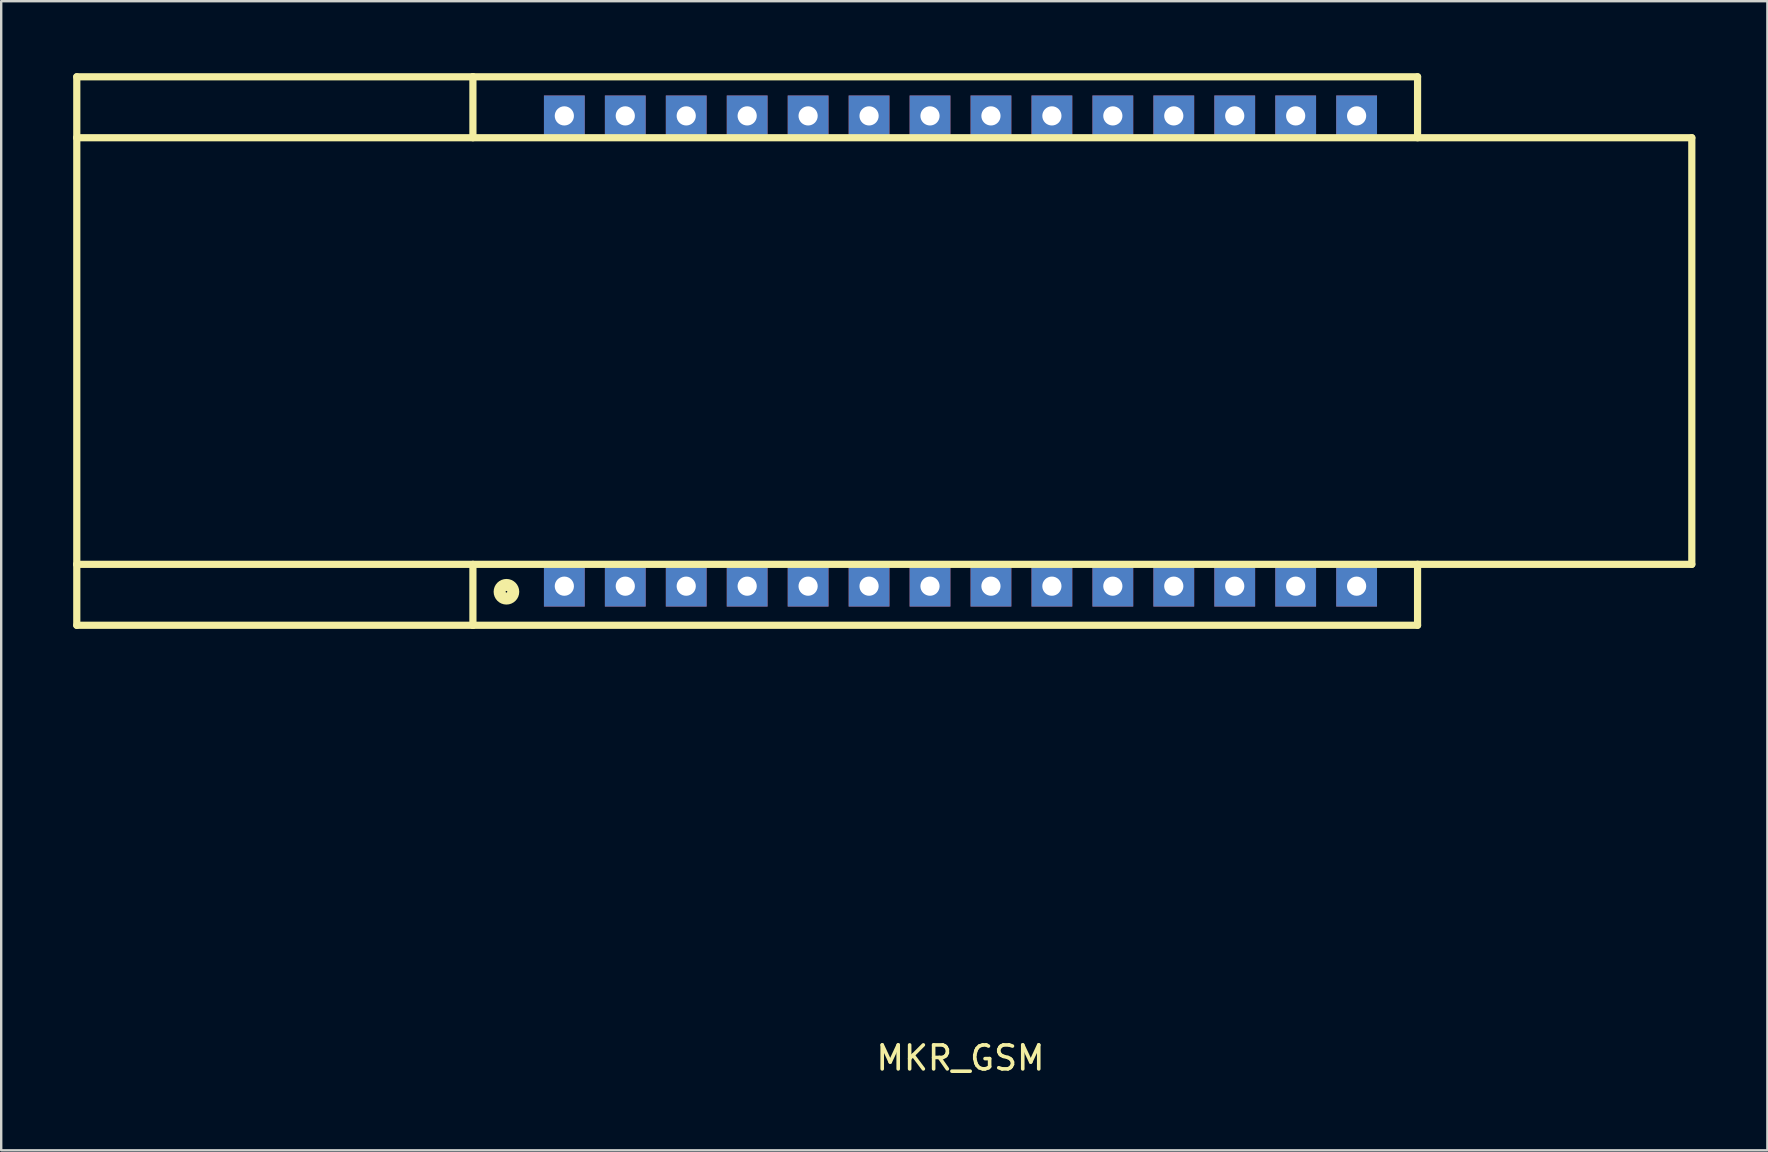
<source format=kicad_pcb>
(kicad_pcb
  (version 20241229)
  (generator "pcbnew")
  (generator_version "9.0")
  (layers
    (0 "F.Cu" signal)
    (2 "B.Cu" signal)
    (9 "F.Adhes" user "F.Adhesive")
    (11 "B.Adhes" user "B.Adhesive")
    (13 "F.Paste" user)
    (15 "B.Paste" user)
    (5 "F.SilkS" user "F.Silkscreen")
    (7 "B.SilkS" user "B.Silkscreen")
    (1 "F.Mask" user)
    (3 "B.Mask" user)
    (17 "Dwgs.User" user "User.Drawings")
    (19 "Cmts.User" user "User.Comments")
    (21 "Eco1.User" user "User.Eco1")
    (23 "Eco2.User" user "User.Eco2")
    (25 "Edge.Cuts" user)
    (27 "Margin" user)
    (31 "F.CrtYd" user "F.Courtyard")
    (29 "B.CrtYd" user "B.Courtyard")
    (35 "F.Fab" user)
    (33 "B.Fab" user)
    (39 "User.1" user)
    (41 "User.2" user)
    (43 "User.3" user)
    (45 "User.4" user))
  (footprint "MKR_GSM"
    (layer "F.Cu")
    (at 36.98 11.58)
    (property "Reference" "MKR_GSM" (at 0 29.464 0) (layer "F.SilkS") (effects (font (size 1 1) (thickness 0.15))))
    (attr through_hole)
    (fp_line (start -36.83 -11.43) (end -20.32 -11.43) (stroke (width 0.3) (type solid)) (layer "F.SilkS"))
    (fp_line (start -36.83 -8.89) (end -36.83 -11.43) (stroke (width 0.3) (type solid)) (layer "F.SilkS"))
    (fp_line (start -36.83 -8.89) (end 30.48 -8.89) (stroke (width 0.3) (type solid)) (layer "F.SilkS"))
    (fp_line (start -36.83 8.89) (end -36.83 -8.89) (stroke (width 0.3) (type solid)) (layer "F.SilkS"))
    (fp_line (start -36.83 8.89) (end -36.83 11.43) (stroke (width 0.3) (type solid)) (layer "F.SilkS"))
    (fp_line (start -36.83 11.43) (end -20.32 11.43) (stroke (width 0.3) (type solid)) (layer "F.SilkS"))
    (fp_line (start -20.32 -11.43) (end 19.05 -11.43) (stroke (width 0.3) (type solid)) (layer "F.SilkS"))
    (fp_line (start -20.32 -8.89) (end -20.32 -11.43) (stroke (width 0.3) (type solid)) (layer "F.SilkS"))
    (fp_line (start -20.32 8.89) (end -20.32 11.43) (stroke (width 0.3) (type solid)) (layer "F.SilkS"))
    (fp_line (start -20.32 11.43) (end 19.05 11.43) (stroke (width 0.3) (type solid)) (layer "F.SilkS"))
    (fp_line (start 19.05 -11.43) (end 19.05 -8.89) (stroke (width 0.3) (type solid)) (layer "F.SilkS"))
    (fp_line (start 19.05 11.43) (end 19.05 8.89) (stroke (width 0.3) (type solid)) (layer "F.SilkS"))
    (fp_line (start 30.48 -8.89) (end 30.48 8.89) (stroke (width 0.3) (type solid)) (layer "F.SilkS"))
    (fp_line (start 30.48 8.89) (end -36.83 8.89) (stroke (width 0.3) (type solid)) (layer "F.SilkS"))
    (fp_circle (center -18.923 10.033) (end -18.796 10.287) (stroke (width 0.5) (type solid)) (fill no) (layer "F.SilkS"))
    (pad "1" thru_hole rect (at -16.51 9.8) (size 1.7 1.7) (drill 0.8) (layers "*.Cu" "*.Mask"))
    (pad "2" thru_hole rect (at -13.97 9.8) (size 1.7 1.7) (drill 0.8) (layers "*.Cu" "*.Mask"))
    (pad "3" thru_hole rect (at -11.43 9.8) (size 1.7 1.7) (drill 0.8) (layers "*.Cu" "*.Mask"))
    (pad "4" thru_hole rect (at -8.89 9.8) (size 1.7 1.7) (drill 0.8) (layers "*.Cu" "*.Mask"))
    (pad "5" thru_hole rect (at -6.35 9.8) (size 1.7 1.7) (drill 0.8) (layers "*.Cu" "*.Mask"))
    (pad "6" thru_hole rect (at -3.81 9.8) (size 1.7 1.7) (drill 0.8) (layers "*.Cu" "*.Mask"))
    (pad "7" thru_hole rect (at -1.27 9.8) (size 1.7 1.7) (drill 0.8) (layers "*.Cu" "*.Mask"))
    (pad "8" thru_hole rect (at 1.27 9.8) (size 1.7 1.7) (drill 0.8) (layers "*.Cu" "*.Mask"))
    (pad "9" thru_hole rect (at 3.81 9.8) (size 1.7 1.7) (drill 0.8) (layers "*.Cu" "*.Mask"))
    (pad "10" thru_hole rect (at 6.35 9.8) (size 1.7 1.7) (drill 0.8) (layers "*.Cu" "*.Mask"))
    (pad "11" thru_hole rect (at 8.89 9.8) (size 1.7 1.7) (drill 0.8) (layers "*.Cu" "*.Mask"))
    (pad "12" thru_hole rect (at 11.43 9.8) (size 1.7 1.7) (drill 0.8) (layers "*.Cu" "*.Mask"))
    (pad "13" thru_hole rect (at 13.97 9.8) (size 1.7 1.7) (drill 0.8) (layers "*.Cu" "*.Mask"))
    (pad "14" thru_hole rect (at 16.51 9.8) (size 1.7 1.7) (drill 0.8) (layers "*.Cu" "*.Mask"))
    (pad "15" thru_hole rect (at 16.51 -9.8) (size 1.7 1.7) (drill 0.8) (layers "*.Cu" "*.Mask"))
    (pad "16" thru_hole rect (at 13.97 -9.8) (size 1.7 1.7) (drill 0.8) (layers "*.Cu" "*.Mask"))
    (pad "17" thru_hole rect (at 11.43 -9.8) (size 1.7 1.7) (drill 0.8) (layers "*.Cu" "*.Mask"))
    (pad "18" thru_hole rect (at 8.89 -9.8) (size 1.7 1.7) (drill 0.8) (layers "*.Cu" "*.Mask"))
    (pad "19" thru_hole rect (at 6.35 -9.8) (size 1.7 1.7) (drill 0.8) (layers "*.Cu" "*.Mask"))
    (pad "20" thru_hole rect (at 3.81 -9.8) (size 1.7 1.7) (drill 0.8) (layers "*.Cu" "*.Mask"))
    (pad "21" thru_hole rect (at 1.27 -9.8) (size 1.7 1.7) (drill 0.8) (layers "*.Cu" "*.Mask"))
    (pad "22" thru_hole rect (at -1.27 -9.8) (size 1.7 1.7) (drill 0.8) (layers "*.Cu" "*.Mask"))
    (pad "23" thru_hole rect (at -3.81 -9.8) (size 1.7 1.7) (drill 0.8) (layers "*.Cu" "*.Mask"))
    (pad "24" thru_hole rect (at -6.35 -9.8) (size 1.7 1.7) (drill 0.8) (layers "*.Cu" "*.Mask"))
    (pad "25" thru_hole rect (at -8.89 -9.8) (size 1.7 1.7) (drill 0.8) (layers "*.Cu" "*.Mask"))
    (pad "26" thru_hole rect (at -11.43 -9.8) (size 1.7 1.7) (drill 0.8) (layers "*.Cu" "*.Mask"))
    (pad "27" thru_hole rect (at -13.97 -9.8) (size 1.7 1.7) (drill 0.8) (layers "*.Cu" "*.Mask"))
    (pad "28" thru_hole rect (at -16.51 -9.8) (size 1.7 1.7) (drill 0.8) (layers "*.Cu" "*.Mask")))
  (gr_rect
    (start -3 -3)
    (end 70.61 44.892)
    (stroke (width 0.1) (type default))
    (fill no)
    (layer "Edge.Cuts")))
</source>
